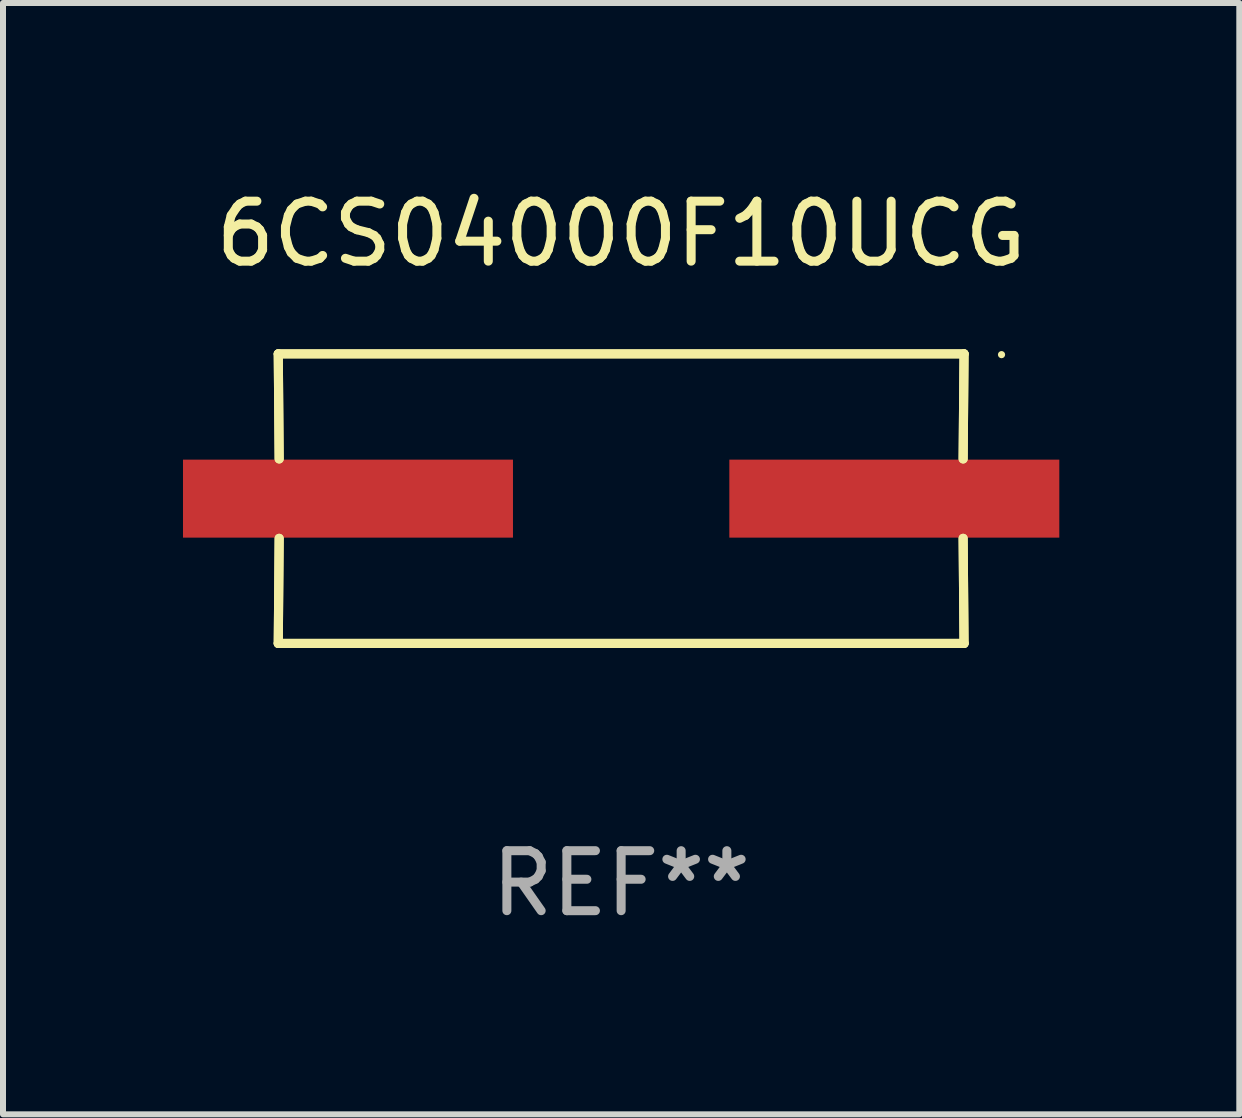
<source format=kicad_pcb>
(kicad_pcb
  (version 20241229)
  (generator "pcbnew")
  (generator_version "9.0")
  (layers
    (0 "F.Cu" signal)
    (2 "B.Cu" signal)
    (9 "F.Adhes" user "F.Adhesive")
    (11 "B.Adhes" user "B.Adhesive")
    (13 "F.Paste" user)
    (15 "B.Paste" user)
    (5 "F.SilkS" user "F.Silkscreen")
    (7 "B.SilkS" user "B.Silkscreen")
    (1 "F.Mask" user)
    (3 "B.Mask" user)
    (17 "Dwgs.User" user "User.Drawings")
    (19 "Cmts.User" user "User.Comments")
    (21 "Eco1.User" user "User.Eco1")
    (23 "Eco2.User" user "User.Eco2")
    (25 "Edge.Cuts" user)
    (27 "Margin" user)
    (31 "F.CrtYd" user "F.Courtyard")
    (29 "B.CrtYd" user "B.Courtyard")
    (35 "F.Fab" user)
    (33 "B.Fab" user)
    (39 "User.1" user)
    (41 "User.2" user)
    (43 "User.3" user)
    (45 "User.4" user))
  (footprint "6CS04000F10UCG"
    (layer "F.Cu")
    (at 7.303 5.261)
    (property "Reference" "6CS04000F10UCG" (at 0 -4.413 0) (layer "F.SilkS") (effects (font (size 1 1) (thickness 0.15))))
    (attr through_hole)
    (fp_line (start -5.715 -2.413) (end -5.7 -0.662) (stroke (width 0.152) (type solid)) (layer "F.SilkS"))
    (fp_line (start -5.715 -2.413) (end -5.7 -0.662) (stroke (width 0.152) (type solid)) (layer "F.SilkS"))
    (fp_line (start -5.715 2.413) (end 5.715 2.413) (stroke (width 0.152) (type solid)) (layer "F.SilkS"))
    (fp_line (start -5.715 2.413) (end 5.715 2.413) (stroke (width 0.152) (type solid)) (layer "F.SilkS"))
    (fp_line (start -5.7 0.662) (end -5.715 2.413) (stroke (width 0.152) (type solid)) (layer "F.SilkS"))
    (fp_line (start -5.7 0.662) (end -5.715 2.413) (stroke (width 0.152) (type solid)) (layer "F.SilkS"))
    (fp_line (start 5.7 -0.662) (end 5.715 -2.413) (stroke (width 0.152) (type solid)) (layer "F.SilkS"))
    (fp_line (start 5.7 -0.662) (end 5.715 -2.413) (stroke (width 0.152) (type solid)) (layer "F.SilkS"))
    (fp_line (start 5.715 -2.413) (end -5.715 -2.413) (stroke (width 0.152) (type solid)) (layer "F.SilkS"))
    (fp_line (start 5.715 -2.413) (end -5.715 -2.413) (stroke (width 0.152) (type solid)) (layer "F.SilkS"))
    (fp_line (start 5.715 2.413) (end 5.7 0.662) (stroke (width 0.152) (type solid)) (layer "F.SilkS"))
    (fp_line (start 5.715 2.413) (end 5.7 0.662) (stroke (width 0.152) (type solid)) (layer "F.SilkS"))
    (fp_circle (center 6.34 -2.4) (end 6.37 -2.4) (stroke (width 0.06) (type solid)) (fill no) (layer "F.SilkS"))
    (fp_text user "REF**" (at 0 6.413 0) (layer "F.Fab") (effects (font (size 1 1) (thickness 0.15))))
    (pad "1" smd rect (at 4.553 0) (size 5.5 1.3) (layers "F.Cu" "F.Mask" "F.Paste"))
    (pad "2" smd rect (at -4.553 0) (size 5.5 1.3) (layers "F.Cu" "F.Mask" "F.Paste")))
  (gr_rect
    (start -3 -3)
    (end 17.606 15.523)
    (stroke (width 0.1) (type default))
    (fill no)
    (layer "Edge.Cuts")))
</source>
